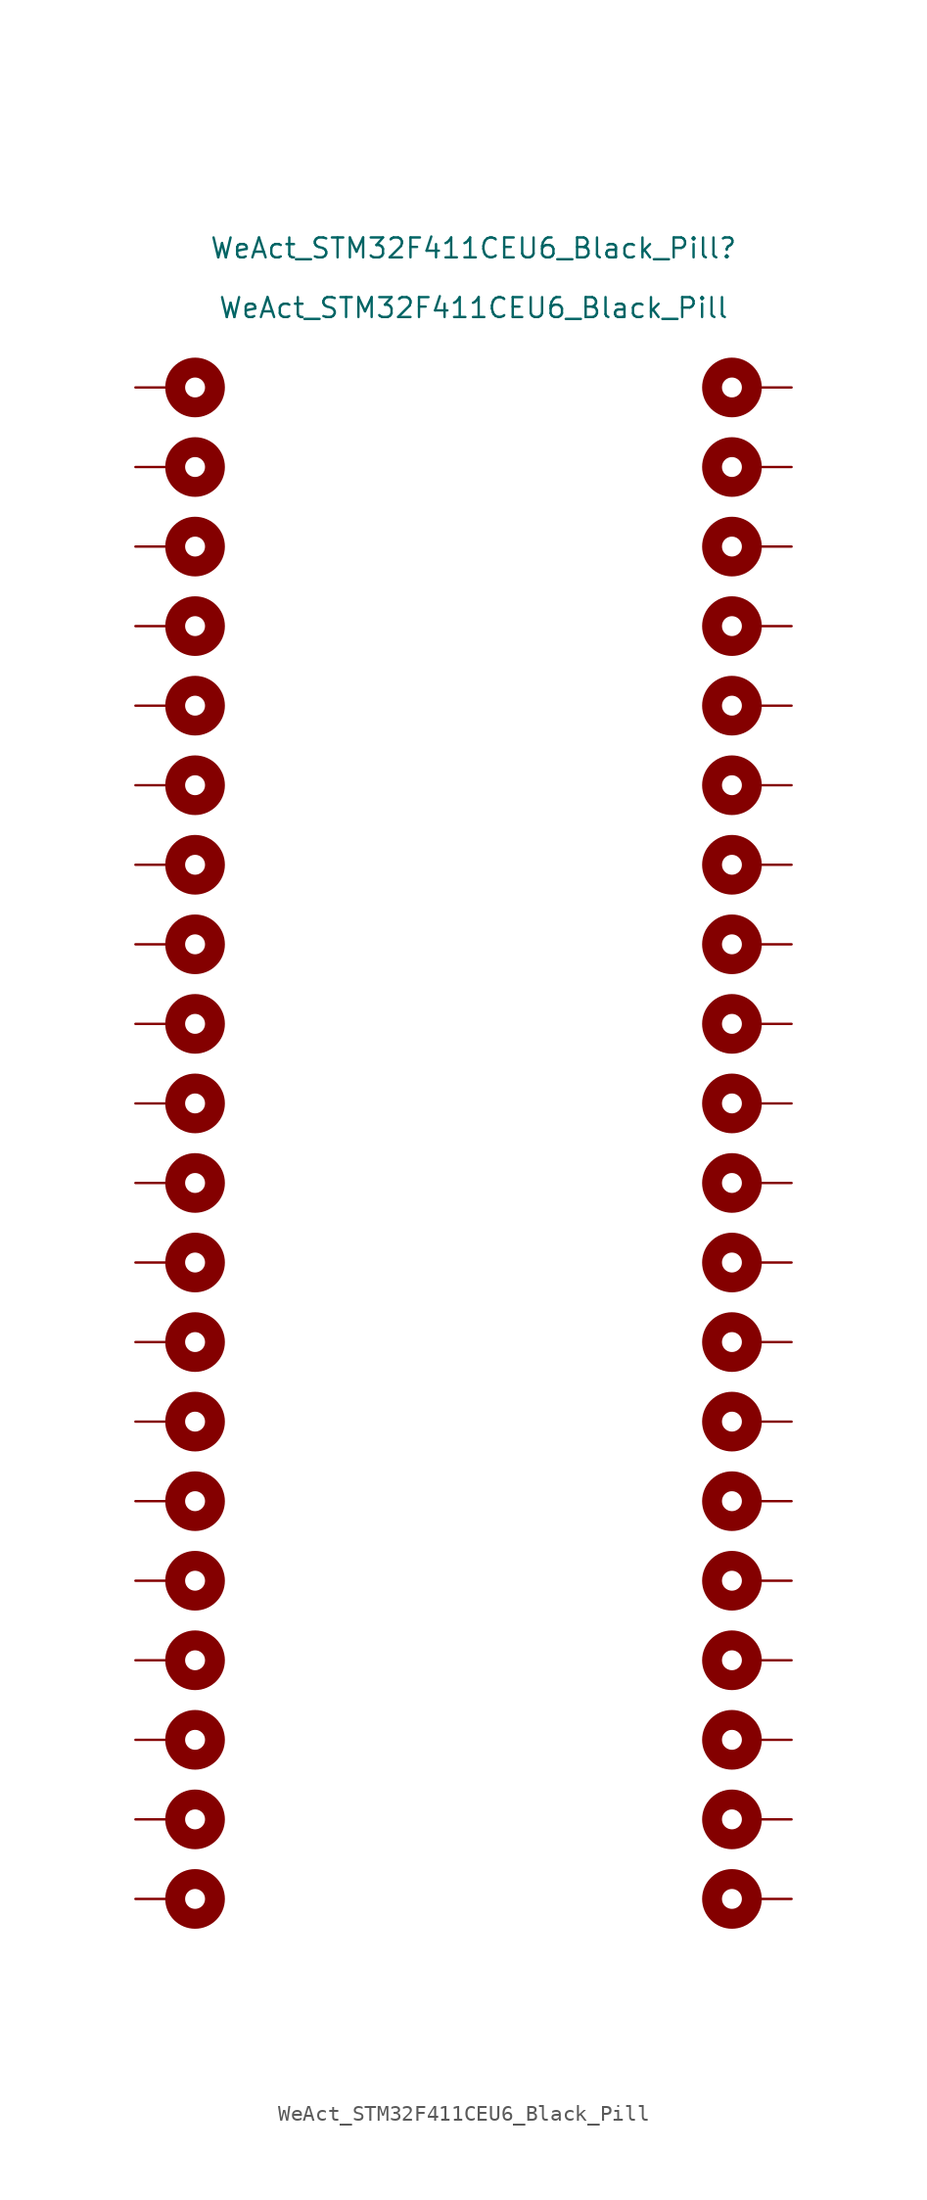
<source format=kicad_sym>
(kicad_symbol_lib
  (version 20211014)
  (generator kicad_symbol_editor)
  (symbol "WeAct_STM32F411CEU6_Black_Pill"
    (pin_numbers hide)
    (pin_names
      (offset 1.016) hide)
    (property "Reference" "WeAct_STM32F411CEU6_Black_Pill"
      (at 0 57.15 0)
      (effects (font (size 1.27 1.27))))
    (property "Value" "WeAct_STM32F411CEU6_Black_Pill"
      (at 0 53.34 0)
      (effects (font (size 1.27 1.27))))
    (symbol "WeAct_STM32F411CEU6_Black_Pill_0_1"
      (circle (center -17.78 -48.26) (radius 1.27) (stroke (width 1.27) (type default) (color 0 0 0 0)) (fill (type none)))
      (circle (center -17.78 -43.18) (radius 1.27) (stroke (width 1.27) (type default) (color 0 0 0 0)) (fill (type none)))
      (circle (center -17.78 -38.1) (radius 1.27) (stroke (width 1.27) (type default) (color 0 0 0 0)) (fill (type none)))
      (circle (center -17.78 -33.02) (radius 1.27) (stroke (width 1.27) (type default) (color 0 0 0 0)) (fill (type none)))
      (circle (center -17.78 -27.94) (radius 1.27) (stroke (width 1.27) (type default) (color 0 0 0 0)) (fill (type none)))
      (circle (center -17.78 -22.86) (radius 1.27) (stroke (width 1.27) (type default) (color 0 0 0 0)) (fill (type none)))
      (circle (center -17.78 -17.78) (radius 1.27) (stroke (width 1.27) (type default) (color 0 0 0 0)) (fill (type none)))
      (circle (center -17.78 -12.7) (radius 1.27) (stroke (width 1.27) (type default) (color 0 0 0 0)) (fill (type none)))
      (circle (center -17.78 -7.62) (radius 1.27) (stroke (width 1.27) (type default) (color 0 0 0 0)) (fill (type none)))
      (circle (center -17.78 -2.54) (radius 1.27) (stroke (width 1.27) (type default) (color 0 0 0 0)) (fill (type none)))
      (circle (center -17.78 2.54) (radius 1.27) (stroke (width 1.27) (type default) (color 0 0 0 0)) (fill (type none)))
      (circle (center -17.78 7.62) (radius 1.27) (stroke (width 1.27) (type default) (color 0 0 0 0)) (fill (type none)))
      (circle (center -17.78 12.7) (radius 1.27) (stroke (width 1.27) (type default) (color 0 0 0 0)) (fill (type none)))
      (circle (center -17.78 17.78) (radius 1.27) (stroke (width 1.27) (type default) (color 0 0 0 0)) (fill (type none)))
      (circle (center -17.78 22.86) (radius 1.27) (stroke (width 1.27) (type default) (color 0 0 0 0)) (fill (type none)))
      (circle (center -17.78 27.94) (radius 1.27) (stroke (width 1.27) (type default) (color 0 0 0 0)) (fill (type none)))
      (circle (center -17.78 33.02) (radius 1.27) (stroke (width 1.27) (type default) (color 0 0 0 0)) (fill (type none)))
      (circle (center -17.78 38.1) (radius 1.27) (stroke (width 1.27) (type default) (color 0 0 0 0)) (fill (type none)))
      (circle (center -17.78 43.18) (radius 1.27) (stroke (width 1.27) (type default) (color 0 0 0 0)) (fill (type none)))
      (circle (center -17.78 48.26) (radius 1.27) (stroke (width 1.27) (type default) (color 0 0 0 0)) (fill (type none)))
      (circle (center 16.51 -48.26) (radius 1.27) (stroke (width 1.27) (type default) (color 0 0 0 0)) (fill (type none)))
      (circle (center 16.51 -43.18) (radius 1.27) (stroke (width 1.27) (type default) (color 0 0 0 0)) (fill (type none)))
      (circle (center 16.51 -38.1) (radius 1.27) (stroke (width 1.27) (type default) (color 0 0 0 0)) (fill (type none)))
      (circle (center 16.51 -33.02) (radius 1.27) (stroke (width 1.27) (type default) (color 0 0 0 0)) (fill (type none)))
      (circle (center 16.51 -27.94) (radius 1.27) (stroke (width 1.27) (type default) (color 0 0 0 0)) (fill (type none)))
      (circle (center 16.51 -22.86) (radius 1.27) (stroke (width 1.27) (type default) (color 0 0 0 0)) (fill (type none)))
      (circle (center 16.51 -17.78) (radius 1.27) (stroke (width 1.27) (type default) (color 0 0 0 0)) (fill (type none)))
      (circle (center 16.51 -12.7) (radius 1.27) (stroke (width 1.27) (type default) (color 0 0 0 0)) (fill (type none)))
      (circle (center 16.51 -7.62) (radius 1.27) (stroke (width 1.27) (type default) (color 0 0 0 0)) (fill (type none)))
      (circle (center 16.51 -2.54) (radius 1.27) (stroke (width 1.27) (type default) (color 0 0 0 0)) (fill (type none)))
      (circle (center 16.51 2.54) (radius 1.27) (stroke (width 1.27) (type default) (color 0 0 0 0)) (fill (type none)))
      (circle (center 16.51 7.62) (radius 1.27) (stroke (width 1.27) (type default) (color 0 0 0 0)) (fill (type none)))
      (circle (center 16.51 12.7) (radius 1.27) (stroke (width 1.27) (type default) (color 0 0 0 0)) (fill (type none)))
      (circle (center 16.51 17.78) (radius 1.27) (stroke (width 1.27) (type default) (color 0 0 0 0)) (fill (type none)))
      (circle (center 16.51 22.86) (radius 1.27) (stroke (width 1.27) (type default) (color 0 0 0 0)) (fill (type none)))
      (circle (center 16.51 27.94) (radius 1.27) (stroke (width 1.27) (type default) (color 0 0 0 0)) (fill (type none)))
      (circle (center 16.51 33.02) (radius 1.27) (stroke (width 1.27) (type default) (color 0 0 0 0)) (fill (type none)))
      (circle (center 16.51 38.1) (radius 1.27) (stroke (width 1.27) (type default) (color 0 0 0 0)) (fill (type none)))
      (circle (center 16.51 43.18) (radius 1.27) (stroke (width 1.27) (type default) (color 0 0 0 0)) (fill (type none)))
      (circle (center 16.51 48.26) (radius 1.27) (stroke (width 1.27) (type default) (color 0 0 0 0)) (fill (type none))))
    (symbol "WeAct_STM32F411CEU6_Black_Pill_1_1"
      (pin bidirectional line (at -21.59 48.26 0) (length 2.54) (name "B12" (effects (font (size 1.27 1.27)))) (number "1" (effects (font (size 1.27 1.27)))))
      (pin bidirectional line (at -21.59 2.54 0) (length 2.54) (name "A15" (effects (font (size 1.27 1.27)))) (number "10" (effects (font (size 1.27 1.27)))))
      (pin bidirectional line (at -21.59 -2.54 0) (length 2.54) (name "B3" (effects (font (size 1.27 1.27)))) (number "11" (effects (font (size 1.27 1.27)))))
      (pin bidirectional line (at -21.59 -7.62 0) (length 2.54) (name "B4" (effects (font (size 1.27 1.27)))) (number "12" (effects (font (size 1.27 1.27)))))
      (pin bidirectional line (at -21.59 -12.7 0) (length 2.54) (name "B5" (effects (font (size 1.27 1.27)))) (number "13" (effects (font (size 1.27 1.27)))))
      (pin bidirectional line (at -21.59 -17.78 0) (length 2.54) (name "B6" (effects (font (size 1.27 1.27)))) (number "14" (effects (font (size 1.27 1.27)))))
      (pin bidirectional line (at -21.59 -22.86 0) (length 2.54) (name "B7" (effects (font (size 1.27 1.27)))) (number "15" (effects (font (size 1.27 1.27)))))
      (pin bidirectional line (at -21.59 -27.94 0) (length 2.54) (name "B8" (effects (font (size 1.27 1.27)))) (number "16" (effects (font (size 1.27 1.27)))))
      (pin bidirectional line (at -21.59 -33.02 0) (length 2.54) (name "B9" (effects (font (size 1.27 1.27)))) (number "17" (effects (font (size 1.27 1.27)))))
      (pin bidirectional line (at -21.59 -38.1 0) (length 2.54) (name "5V" (effects (font (size 1.27 1.27)))) (number "18" (effects (font (size 1.27 1.27)))))
      (pin bidirectional line (at -21.59 -43.18 0) (length 2.54) (name "G" (effects (font (size 1.27 1.27)))) (number "19" (effects (font (size 1.27 1.27)))))
      (pin bidirectional line (at -21.59 43.18 0) (length 2.54) (name "B13" (effects (font (size 1.27 1.27)))) (number "2" (effects (font (size 1.27 1.27)))))
      (pin bidirectional line (at -21.59 -48.26 0) (length 2.54) (name "3V3" (effects (font (size 1.27 1.27)))) (number "20" (effects (font (size 1.27 1.27)))))
      (pin bidirectional line (at 20.32 48.26 180) (length 2.54) (name "5V" (effects (font (size 1.27 1.27)))) (number "21" (effects (font (size 1.27 1.27)))))
      (pin bidirectional line (at 20.32 43.18 180) (length 2.54) (name "G" (effects (font (size 1.27 1.27)))) (number "22" (effects (font (size 1.27 1.27)))))
      (pin bidirectional line (at 20.32 38.1 180) (length 2.54) (name "3V3" (effects (font (size 1.27 1.27)))) (number "23" (effects (font (size 1.27 1.27)))))
      (pin bidirectional line (at 20.32 33.02 180) (length 2.54) (name "B10" (effects (font (size 1.27 1.27)))) (number "24" (effects (font (size 1.27 1.27)))))
      (pin bidirectional line (at 20.32 27.94 180) (length 2.54) (name "B2" (effects (font (size 1.27 1.27)))) (number "25" (effects (font (size 1.27 1.27)))))
      (pin bidirectional line (at 20.32 22.86 180) (length 2.54) (name "B1" (effects (font (size 1.27 1.27)))) (number "26" (effects (font (size 1.27 1.27)))))
      (pin bidirectional line (at 20.32 17.78 180) (length 2.54) (name "B0" (effects (font (size 1.27 1.27)))) (number "27" (effects (font (size 1.27 1.27)))))
      (pin bidirectional line (at 20.32 12.7 180) (length 2.54) (name "A7" (effects (font (size 1.27 1.27)))) (number "28" (effects (font (size 1.27 1.27)))))
      (pin bidirectional line (at 20.32 7.62 180) (length 2.54) (name "A6" (effects (font (size 1.27 1.27)))) (number "29" (effects (font (size 1.27 1.27)))))
      (pin bidirectional line (at -21.59 38.1 0) (length 2.54) (name "B14" (effects (font (size 1.27 1.27)))) (number "3" (effects (font (size 1.27 1.27)))))
      (pin bidirectional line (at 20.32 2.54 180) (length 2.54) (name "A5" (effects (font (size 1.27 1.27)))) (number "30" (effects (font (size 1.27 1.27)))))
      (pin bidirectional line (at 20.32 -2.54 180) (length 2.54) (name "A4" (effects (font (size 1.27 1.27)))) (number "31" (effects (font (size 1.27 1.27)))))
      (pin bidirectional line (at 20.32 -7.62 180) (length 2.54) (name "A3" (effects (font (size 1.27 1.27)))) (number "32" (effects (font (size 1.27 1.27)))))
      (pin bidirectional line (at 20.32 -12.7 180) (length 2.54) (name "A2" (effects (font (size 1.27 1.27)))) (number "33" (effects (font (size 1.27 1.27)))))
      (pin bidirectional line (at 20.32 -17.78 180) (length 2.54) (name "A1" (effects (font (size 1.27 1.27)))) (number "34" (effects (font (size 1.27 1.27)))))
      (pin bidirectional line (at 20.32 -22.86 180) (length 2.54) (name "A0" (effects (font (size 1.27 1.27)))) (number "35" (effects (font (size 1.27 1.27)))))
      (pin bidirectional line (at 20.32 -27.94 180) (length 2.54) (name "R" (effects (font (size 1.27 1.27)))) (number "36" (effects (font (size 1.27 1.27)))))
      (pin bidirectional line (at 20.32 -33.02 180) (length 2.54) (name "C15" (effects (font (size 1.27 1.27)))) (number "37" (effects (font (size 1.27 1.27)))))
      (pin bidirectional line (at 20.32 -38.1 180) (length 2.54) (name "C14" (effects (font (size 1.27 1.27)))) (number "38" (effects (font (size 1.27 1.27)))))
      (pin bidirectional line (at 20.32 -43.18 180) (length 2.54) (name "C13" (effects (font (size 1.27 1.27)))) (number "39" (effects (font (size 1.27 1.27)))))
      (pin bidirectional line (at -21.59 33.02 0) (length 2.54) (name "B15" (effects (font (size 1.27 1.27)))) (number "4" (effects (font (size 1.27 1.27)))))
      (pin bidirectional line (at 20.32 -48.26 180) (length 2.54) (name "Vb" (effects (font (size 1.27 1.27)))) (number "40" (effects (font (size 1.27 1.27)))))
      (pin bidirectional line (at -21.59 27.94 0) (length 2.54) (name "A8" (effects (font (size 1.27 1.27)))) (number "5" (effects (font (size 1.27 1.27)))))
      (pin bidirectional line (at -21.59 22.86 0) (length 2.54) (name "A9" (effects (font (size 1.27 1.27)))) (number "6" (effects (font (size 1.27 1.27)))))
      (pin bidirectional line (at -21.59 17.78 0) (length 2.54) (name "A10" (effects (font (size 1.27 1.27)))) (number "7" (effects (font (size 1.27 1.27)))))
      (pin bidirectional line (at -21.59 12.7 0) (length 2.54) (name "A11" (effects (font (size 1.27 1.27)))) (number "8" (effects (font (size 1.27 1.27)))))
      (pin bidirectional line (at -21.59 7.62 0) (length 2.54) (name "A12" (effects (font (size 1.27 1.27)))) (number "9" (effects (font (size 1.27 1.27))))))))
</source>
